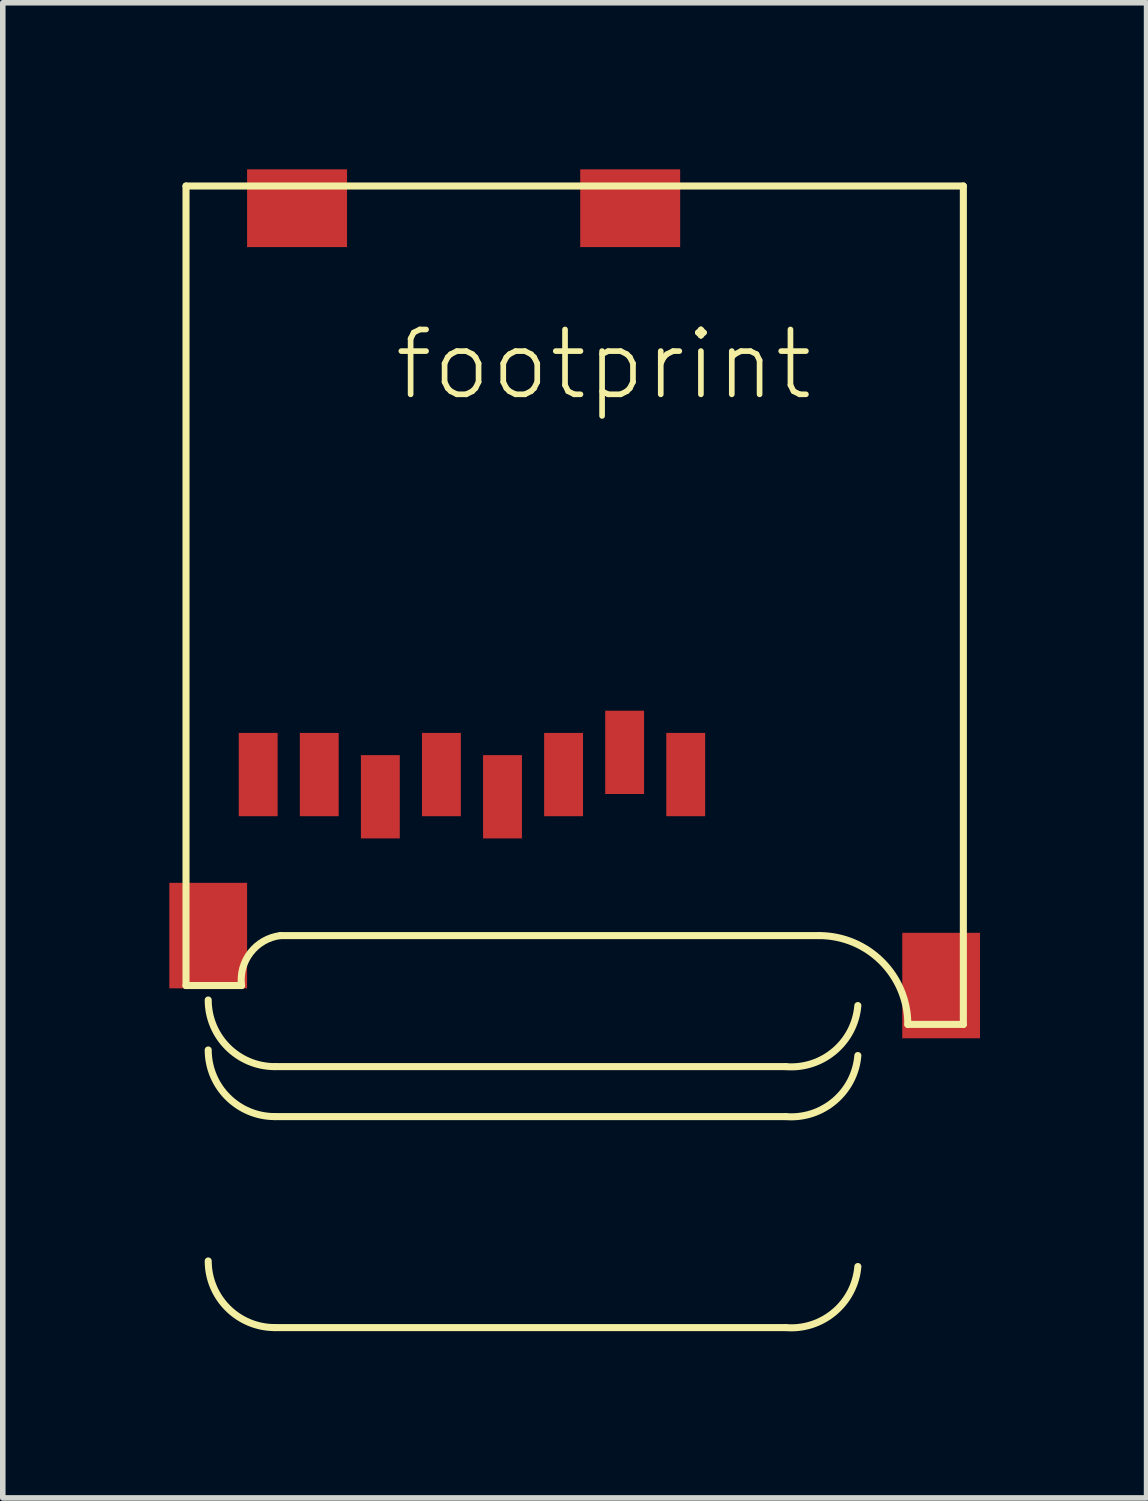
<source format=kicad_pcb>
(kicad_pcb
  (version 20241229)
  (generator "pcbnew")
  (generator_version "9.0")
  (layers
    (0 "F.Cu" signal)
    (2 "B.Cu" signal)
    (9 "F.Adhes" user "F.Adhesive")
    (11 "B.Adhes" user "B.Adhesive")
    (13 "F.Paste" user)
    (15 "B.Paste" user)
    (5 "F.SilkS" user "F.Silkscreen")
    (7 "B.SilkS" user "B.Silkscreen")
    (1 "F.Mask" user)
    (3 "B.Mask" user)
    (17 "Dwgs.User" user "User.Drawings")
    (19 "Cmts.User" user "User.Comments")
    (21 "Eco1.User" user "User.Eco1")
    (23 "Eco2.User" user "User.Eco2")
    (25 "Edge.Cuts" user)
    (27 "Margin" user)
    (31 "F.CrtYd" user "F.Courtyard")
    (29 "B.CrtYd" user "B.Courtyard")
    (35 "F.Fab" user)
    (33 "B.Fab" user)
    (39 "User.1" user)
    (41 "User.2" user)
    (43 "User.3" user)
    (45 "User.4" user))
  (footprint "footprint"
    (layer "F.Cu")
    (at 0.3 0.26)
    (property "Reference" "footprint" (at 3.7 3.94 0) (layer "F.SilkS") (effects (font (size 1.168 1.168) (thickness 0.102)) (justify left bottom)))
    (fp_line (start 0 0.04) (end 0 14.44) (stroke (width 0.127) (type solid)) (layer "F.SilkS"))
    (fp_line (start 0 14.44) (end 1 14.44) (stroke (width 0.127) (type solid)) (layer "F.SilkS"))
    (fp_line (start 1.6 15.9) (end 10.8 15.9) (stroke (width 0.127) (type solid)) (layer "F.SilkS"))
    (fp_line (start 1.6 16.8) (end 10.8 16.8) (stroke (width 0.127) (type solid)) (layer "F.SilkS"))
    (fp_line (start 1.6 20.6) (end 10.8 20.6) (stroke (width 0.127) (type solid)) (layer "F.SilkS"))
    (fp_line (start 1.7 13.54) (end 11.4 13.54) (stroke (width 0.127) (type solid)) (layer "F.SilkS"))
    (fp_line (start 13 15.14) (end 14 15.14) (stroke (width 0.127) (type solid)) (layer "F.SilkS"))
    (fp_line (start 14 0.04) (end 0 0.04) (stroke (width 0.127) (type solid)) (layer "F.SilkS"))
    (fp_line (start 14 15.14) (end 14 0.04) (stroke (width 0.127) (type solid)) (layer "F.SilkS"))
    (fp_arc (start 1 14.44) (mid 1.163604 13.845025) (end 1.7 13.54) (stroke (width 0.127) (type solid)) (layer "F.SilkS"))
    (fp_arc (start 1.6 15.9) (mid 0.751472 15.548528) (end 0.4 14.7) (stroke (width 0.127) (type solid)) (layer "F.SilkS"))
    (fp_arc (start 1.6 16.8) (mid 0.751472 16.448528) (end 0.4 15.6) (stroke (width 0.127) (type solid)) (layer "F.SilkS"))
    (fp_arc (start 1.6 20.6) (mid 0.751472 20.248528) (end 0.4 19.4) (stroke (width 0.127) (type solid)) (layer "F.SilkS"))
    (fp_arc (start 11.4 13.54) (mid 12.531371 14.008629) (end 13 15.14) (stroke (width 0.127) (type solid)) (layer "F.SilkS"))
    (fp_arc (start 12.1 14.8) (mid 11.677817 15.619239) (end 10.8 15.9) (stroke (width 0.127) (type solid)) (layer "F.SilkS"))
    (fp_arc (start 12.1 15.7) (mid 11.677817 16.519239) (end 10.8 16.8) (stroke (width 0.127) (type solid)) (layer "F.SilkS"))
    (fp_arc (start 12.1 19.5) (mid 11.677817 20.319239) (end 10.8 20.6) (stroke (width 0.127) (type solid)) (layer "F.SilkS"))
    (pad "1" smd rect (at 9 10.64) (size 0.7 1.5) (layers "F.Cu" "F.Mask" "F.Paste"))
    (pad "2" smd rect (at 7.9 10.24) (size 0.7 1.5) (layers "F.Cu" "F.Mask" "F.Paste"))
    (pad "3" smd rect (at 6.8 10.64) (size 0.7 1.5) (layers "F.Cu" "F.Mask" "F.Paste"))
    (pad "4" smd rect (at 5.7 11.04) (size 0.7 1.5) (layers "F.Cu" "F.Mask" "F.Paste"))
    (pad "5" smd rect (at 4.6 10.64) (size 0.7 1.5) (layers "F.Cu" "F.Mask" "F.Paste"))
    (pad "6" smd rect (at 3.5 11.04) (size 0.7 1.5) (layers "F.Cu" "F.Mask" "F.Paste"))
    (pad "7" smd rect (at 2.4 10.64) (size 0.7 1.5) (layers "F.Cu" "F.Mask" "F.Paste"))
    (pad "8" smd rect (at 1.3 10.64) (size 0.7 1.5) (layers "F.Cu" "F.Mask" "F.Paste"))
    (pad "CD1" smd rect (at 2 0.44 90) (size 1.4 1.8) (layers "F.Cu" "F.Mask" "F.Paste"))
    (pad "CD2" smd rect (at 8 0.44 90) (size 1.4 1.8) (layers "F.Cu" "F.Mask" "F.Paste"))
    (pad "MT1" smd rect (at 0.4 13.54) (size 1.4 1.9) (layers "F.Cu" "F.Mask" "F.Paste"))
    (pad "MT2" smd rect (at 13.6 14.44) (size 1.4 1.9) (layers "F.Cu" "F.Mask" "F.Paste")))
  (gr_rect
    (start -3 -3)
    (end 17.6 23.928)
    (stroke (width 0.1) (type default))
    (fill no)
    (layer "Edge.Cuts")))
</source>
